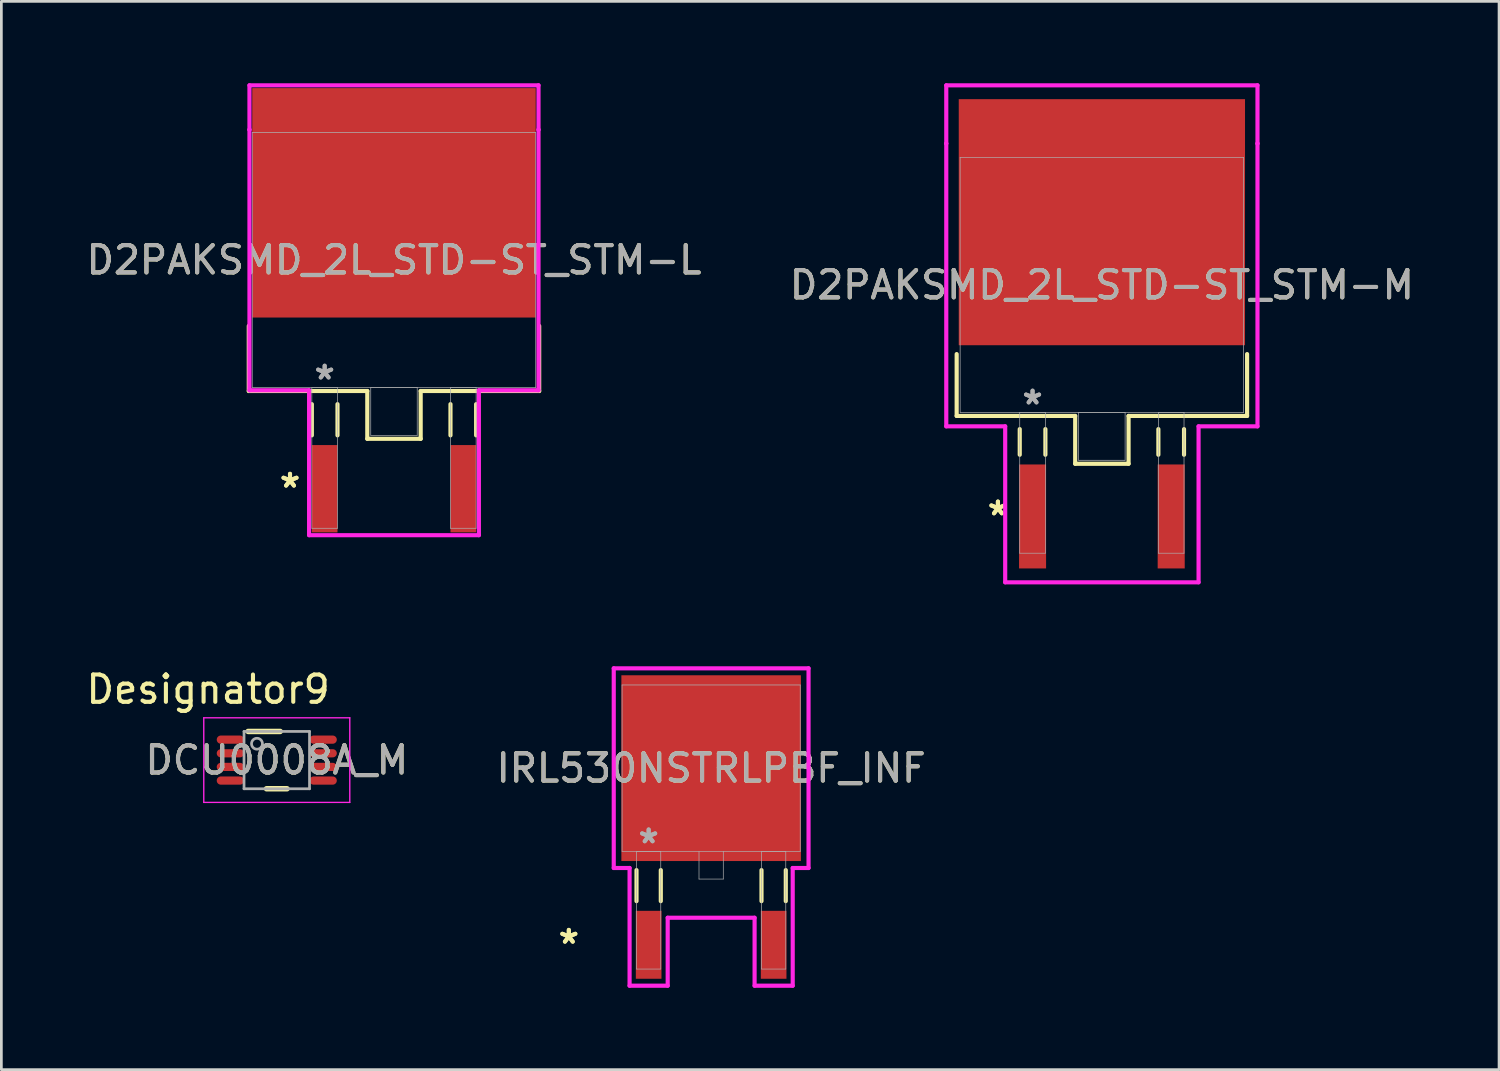
<source format=kicad_pcb>
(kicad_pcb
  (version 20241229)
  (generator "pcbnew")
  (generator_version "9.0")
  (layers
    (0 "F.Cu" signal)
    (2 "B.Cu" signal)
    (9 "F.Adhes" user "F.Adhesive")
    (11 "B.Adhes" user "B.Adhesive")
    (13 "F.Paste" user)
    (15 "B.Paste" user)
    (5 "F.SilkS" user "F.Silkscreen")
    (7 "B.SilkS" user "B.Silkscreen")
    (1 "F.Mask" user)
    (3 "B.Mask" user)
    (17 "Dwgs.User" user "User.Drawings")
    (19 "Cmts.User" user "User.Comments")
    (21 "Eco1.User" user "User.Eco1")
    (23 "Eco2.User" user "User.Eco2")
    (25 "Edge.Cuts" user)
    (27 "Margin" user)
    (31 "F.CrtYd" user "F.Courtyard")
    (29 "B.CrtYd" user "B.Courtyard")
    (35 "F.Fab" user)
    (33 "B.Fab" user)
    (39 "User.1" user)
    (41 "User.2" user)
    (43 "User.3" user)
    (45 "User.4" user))
  (footprint "DCU0008A_M"
    (layer "F.Cu")
    (at 7.092 24.803)
    (property "Reference" "DCU0008A_M" (at 0 0 0) (unlocked yes) (layer "F.SilkS") (effects (font (size 1 1) (thickness 0.15))))
    (attr smd)
    (fp_line (start -1.05 -1.05) (end 0.125 -1.05) (stroke (width 0.2) (type solid)) (layer "F.SilkS"))
    (fp_line (start -0.375 1.05) (end 0.375 1.05) (stroke (width 0.2) (type solid)) (layer "F.SilkS"))
    (fp_line (start -2.675 -1.55) (end 2.675 -1.55) (stroke (width 0.05) (type solid)) (layer "F.CrtYd"))
    (fp_line (start -2.675 1.55) (end -2.675 -1.55) (stroke (width 0.05) (type solid)) (layer "F.CrtYd"))
    (fp_line (start -2.675 1.55) (end 2.675 1.55) (stroke (width 0.05) (type solid)) (layer "F.CrtYd"))
    (fp_line (start 2.675 1.55) (end 2.675 -1.55) (stroke (width 0.05) (type solid)) (layer "F.CrtYd"))
    (fp_line (start -1.2 -1.05) (end 1.2 -1.05) (stroke (width 0.1) (type solid)) (layer "F.Fab"))
    (fp_line (start -1.2 1.05) (end -1.2 -1.05) (stroke (width 0.1) (type solid)) (layer "F.Fab"))
    (fp_line (start -1.2 1.05) (end 1.2 1.05) (stroke (width 0.1) (type solid)) (layer "F.Fab"))
    (fp_line (start 1.2 1.05) (end 1.2 -1.05) (stroke (width 0.1) (type solid)) (layer "F.Fab"))
    (fp_circle (center -0.725 -0.6) (end -0.525 -0.6) (stroke (width 0.1) (type solid)) (fill no) (layer "F.Fab"))
    (fp_text user "Designator9" (at -2.515 -2.591 0) (unlocked yes) (layer "F.SilkS") (effects (font (size 1 1) (thickness 0.15))))
    (fp_text user "${REFERENCE}" (at 0 0 0) (unlocked yes) (layer "F.Fab") (effects (font (size 1 1) (thickness 0.15))))
    (pad "1" smd oval (at -1.7 -0.75 90) (size 0.3 1) (layers "F.Cu" "F.Mask" "F.Paste"))
    (pad "2" smd oval (at -1.7 -0.25 90) (size 0.3 1) (layers "F.Cu" "F.Mask" "F.Paste"))
    (pad "3" smd oval (at -1.7 0.25 90) (size 0.3 1) (layers "F.Cu" "F.Mask" "F.Paste"))
    (pad "4" smd oval (at -1.7 0.75 90) (size 0.3 1) (layers "F.Cu" "F.Mask" "F.Paste"))
    (pad "5" smd oval (at 1.7 0.75 90) (size 0.3 1) (layers "F.Cu" "F.Mask" "F.Paste"))
    (pad "6" smd oval (at 1.7 0.25 90) (size 0.3 1) (layers "F.Cu" "F.Mask" "F.Paste"))
    (pad "7" smd oval (at 1.7 -0.25 90) (size 0.3 1) (layers "F.Cu" "F.Mask" "F.Paste"))
    (pad "8" smd oval (at 1.7 -0.75 90) (size 0.3 1) (layers "F.Cu" "F.Mask" "F.Paste")))
  (footprint "D2PAKSMD_2L_STD-ST_STM-L"
    (layer "F.Cu")
    (at 11.387 6.477)
    (property "Reference" "D2PAKSMD_2L_STD-ST_STM-L" (at 0 0 0) (unlocked yes) (layer "F.SilkS") (effects (font (size 1 1) (thickness 0.15))))
    (attr smd)
    (fp_line (start -5.321 2.416) (end -5.321 4.801) (stroke (width 0.152) (type solid)) (layer "F.SilkS"))
    (fp_line (start -5.321 4.801) (end -0.978 4.801) (stroke (width 0.152) (type solid)) (layer "F.SilkS"))
    (fp_line (start -3.01 5.283) (end -3.01 6.426) (stroke (width 0.152) (type solid)) (layer "F.SilkS"))
    (fp_line (start -2.07 5.283) (end -2.07 6.426) (stroke (width 0.152) (type solid)) (layer "F.SilkS"))
    (fp_line (start -0.978 4.801) (end -0.978 6.553) (stroke (width 0.152) (type solid)) (layer "F.SilkS"))
    (fp_line (start -0.978 6.553) (end 0.978 6.553) (stroke (width 0.152) (type solid)) (layer "F.SilkS"))
    (fp_line (start 0.978 4.801) (end 5.321 4.801) (stroke (width 0.152) (type solid)) (layer "F.SilkS"))
    (fp_line (start 0.978 6.553) (end 0.978 4.801) (stroke (width 0.152) (type solid)) (layer "F.SilkS"))
    (fp_line (start 2.07 5.283) (end 2.07 6.426) (stroke (width 0.152) (type solid)) (layer "F.SilkS"))
    (fp_line (start 3.01 5.283) (end 3.01 6.426) (stroke (width 0.152) (type solid)) (layer "F.SilkS"))
    (fp_line (start 5.321 4.801) (end 5.321 2.416) (stroke (width 0.152) (type solid)) (layer "F.SilkS"))
    (fp_line (start -5.296 -6.401) (end 5.296 -6.401) (stroke (width 0.152) (type solid)) (layer "F.CrtYd"))
    (fp_line (start -5.296 -4.775) (end -5.296 -6.401) (stroke (width 0.152) (type solid)) (layer "F.CrtYd"))
    (fp_line (start -5.296 -4.775) (end -5.296 -4.775) (stroke (width 0.152) (type solid)) (layer "F.CrtYd"))
    (fp_line (start -5.296 4.775) (end -5.296 -4.775) (stroke (width 0.152) (type solid)) (layer "F.CrtYd"))
    (fp_line (start -3.111 4.775) (end -5.296 4.775) (stroke (width 0.152) (type solid)) (layer "F.CrtYd"))
    (fp_line (start -3.111 10.084) (end -3.111 4.775) (stroke (width 0.152) (type solid)) (layer "F.CrtYd"))
    (fp_line (start 3.111 4.775) (end 3.111 10.084) (stroke (width 0.152) (type solid)) (layer "F.CrtYd"))
    (fp_line (start 3.111 10.084) (end -3.111 10.084) (stroke (width 0.152) (type solid)) (layer "F.CrtYd"))
    (fp_line (start 5.296 -6.401) (end 5.296 -4.775) (stroke (width 0.152) (type solid)) (layer "F.CrtYd"))
    (fp_line (start 5.296 -4.775) (end 5.296 -4.775) (stroke (width 0.152) (type solid)) (layer "F.CrtYd"))
    (fp_line (start 5.296 -4.775) (end 5.296 4.775) (stroke (width 0.152) (type solid)) (layer "F.CrtYd"))
    (fp_line (start 5.296 4.775) (end 3.111 4.775) (stroke (width 0.152) (type solid)) (layer "F.CrtYd"))
    (fp_line (start -5.194 -4.674) (end -5.194 4.674) (stroke (width 0.025) (type solid)) (layer "F.Fab"))
    (fp_line (start -5.194 4.674) (end 5.194 4.674) (stroke (width 0.025) (type solid)) (layer "F.Fab"))
    (fp_line (start -3.01 4.674) (end -3.01 9.83) (stroke (width 0.025) (type solid)) (layer "F.Fab"))
    (fp_line (start -3.01 9.83) (end -2.07 9.83) (stroke (width 0.025) (type solid)) (layer "F.Fab"))
    (fp_line (start -2.07 4.674) (end -3.01 4.674) (stroke (width 0.025) (type solid)) (layer "F.Fab"))
    (fp_line (start -2.07 9.83) (end -2.07 4.674) (stroke (width 0.025) (type solid)) (layer "F.Fab"))
    (fp_line (start -0.851 4.674) (end -0.851 6.426) (stroke (width 0.025) (type solid)) (layer "F.Fab"))
    (fp_line (start -0.851 6.426) (end 0.851 6.426) (stroke (width 0.025) (type solid)) (layer "F.Fab"))
    (fp_line (start 0.851 4.674) (end -0.851 4.674) (stroke (width 0.025) (type solid)) (layer "F.Fab"))
    (fp_line (start 0.851 6.426) (end 0.851 4.674) (stroke (width 0.025) (type solid)) (layer "F.Fab"))
    (fp_line (start 2.07 4.674) (end 2.07 9.83) (stroke (width 0.025) (type solid)) (layer "F.Fab"))
    (fp_line (start 2.07 9.83) (end 3.01 9.83) (stroke (width 0.025) (type solid)) (layer "F.Fab"))
    (fp_line (start 3.01 4.674) (end 2.07 4.674) (stroke (width 0.025) (type solid)) (layer "F.Fab"))
    (fp_line (start 3.01 9.83) (end 3.01 4.674) (stroke (width 0.025) (type solid)) (layer "F.Fab"))
    (fp_line (start 5.194 -4.674) (end -5.194 -4.674) (stroke (width 0.025) (type solid)) (layer "F.Fab"))
    (fp_line (start 5.194 4.674) (end 5.194 -4.674) (stroke (width 0.025) (type solid)) (layer "F.Fab"))
    (fp_text user "*" (at -3.81 8.382 0) (unlocked yes) (layer "F.SilkS") (effects (font (size 1 1) (thickness 0.15))))
    (fp_text user "*" (at -3.81 8.382 0) (layer "F.SilkS") (effects (font (size 1 1) (thickness 0.15))))
    (fp_text user "${REFERENCE}" (at 0 0 0) (unlocked yes) (layer "F.Fab") (effects (font (size 1 1) (thickness 0.15))))
    (fp_text user "*" (at -2.54 4.42 0) (unlocked yes) (layer "F.Fab") (effects (font (size 1 1) (thickness 0.15))))
    (fp_text user "*" (at -2.54 4.42 0) (layer "F.Fab") (effects (font (size 1 1) (thickness 0.15))))
    (pad "1" smd rect (at -2.54 8.382) (size 0.94 3.2) (layers "F.Cu" "F.Mask" "F.Paste"))
    (pad "2" smd rect (at 0 -2.095) (size 10.389 8.407) (layers "F.Cu" "F.Mask" "F.Paste"))
    (pad "3" smd rect (at 2.54 8.382) (size 0.94 3.2) (layers "F.Cu" "F.Mask" "F.Paste")))
  (footprint "D2PAKSMD_2L_STD-ST_STM-M"
    (layer "F.Cu")
    (at 37.327 7.391)
    (property "Reference" "D2PAKSMD_2L_STD-ST_STM-M" (at 0 0 0) (unlocked yes) (layer "F.SilkS") (effects (font (size 1 1) (thickness 0.15))))
    (attr smd)
    (fp_line (start -5.321 2.534) (end -5.321 4.801) (stroke (width 0.152) (type solid)) (layer "F.SilkS"))
    (fp_line (start -5.321 4.801) (end -0.978 4.801) (stroke (width 0.152) (type solid)) (layer "F.SilkS"))
    (fp_line (start -3.01 5.283) (end -3.01 6.223) (stroke (width 0.152) (type solid)) (layer "F.SilkS"))
    (fp_line (start -2.07 5.283) (end -2.07 6.223) (stroke (width 0.152) (type solid)) (layer "F.SilkS"))
    (fp_line (start -0.978 4.801) (end -0.978 6.553) (stroke (width 0.152) (type solid)) (layer "F.SilkS"))
    (fp_line (start -0.978 6.553) (end 0.978 6.553) (stroke (width 0.152) (type solid)) (layer "F.SilkS"))
    (fp_line (start 0.978 4.801) (end 5.321 4.801) (stroke (width 0.152) (type solid)) (layer "F.SilkS"))
    (fp_line (start 0.978 6.553) (end 0.978 4.801) (stroke (width 0.152) (type solid)) (layer "F.SilkS"))
    (fp_line (start 2.07 5.283) (end 2.07 6.223) (stroke (width 0.152) (type solid)) (layer "F.SilkS"))
    (fp_line (start 3.01 5.283) (end 3.01 6.223) (stroke (width 0.152) (type solid)) (layer "F.SilkS"))
    (fp_line (start 5.321 4.801) (end 5.321 2.534) (stroke (width 0.152) (type solid)) (layer "F.SilkS"))
    (fp_line (start -5.702 -7.315) (end 5.702 -7.315) (stroke (width 0.152) (type solid)) (layer "F.CrtYd"))
    (fp_line (start -5.702 -5.182) (end -5.702 -7.315) (stroke (width 0.152) (type solid)) (layer "F.CrtYd"))
    (fp_line (start -5.702 -5.182) (end -5.702 -5.182) (stroke (width 0.152) (type solid)) (layer "F.CrtYd"))
    (fp_line (start -5.702 5.182) (end -5.702 -5.182) (stroke (width 0.152) (type solid)) (layer "F.CrtYd"))
    (fp_line (start -3.543 5.182) (end -5.702 5.182) (stroke (width 0.152) (type solid)) (layer "F.CrtYd"))
    (fp_line (start -3.543 10.897) (end -3.543 5.182) (stroke (width 0.152) (type solid)) (layer "F.CrtYd"))
    (fp_line (start 3.543 5.182) (end 3.543 10.897) (stroke (width 0.152) (type solid)) (layer "F.CrtYd"))
    (fp_line (start 3.543 10.897) (end -3.543 10.897) (stroke (width 0.152) (type solid)) (layer "F.CrtYd"))
    (fp_line (start 5.702 -7.315) (end 5.702 -5.182) (stroke (width 0.152) (type solid)) (layer "F.CrtYd"))
    (fp_line (start 5.702 -5.182) (end 5.702 -5.182) (stroke (width 0.152) (type solid)) (layer "F.CrtYd"))
    (fp_line (start 5.702 -5.182) (end 5.702 5.182) (stroke (width 0.152) (type solid)) (layer "F.CrtYd"))
    (fp_line (start 5.702 5.182) (end 3.543 5.182) (stroke (width 0.152) (type solid)) (layer "F.CrtYd"))
    (fp_line (start -5.194 -4.674) (end -5.194 4.674) (stroke (width 0.025) (type solid)) (layer "F.Fab"))
    (fp_line (start -5.194 4.674) (end 5.194 4.674) (stroke (width 0.025) (type solid)) (layer "F.Fab"))
    (fp_line (start -3.01 4.674) (end -3.01 9.83) (stroke (width 0.025) (type solid)) (layer "F.Fab"))
    (fp_line (start -3.01 9.83) (end -2.07 9.83) (stroke (width 0.025) (type solid)) (layer "F.Fab"))
    (fp_line (start -2.07 4.674) (end -3.01 4.674) (stroke (width 0.025) (type solid)) (layer "F.Fab"))
    (fp_line (start -2.07 9.83) (end -2.07 4.674) (stroke (width 0.025) (type solid)) (layer "F.Fab"))
    (fp_line (start -0.851 4.674) (end -0.851 6.426) (stroke (width 0.025) (type solid)) (layer "F.Fab"))
    (fp_line (start -0.851 6.426) (end 0.851 6.426) (stroke (width 0.025) (type solid)) (layer "F.Fab"))
    (fp_line (start 0.851 4.674) (end -0.851 4.674) (stroke (width 0.025) (type solid)) (layer "F.Fab"))
    (fp_line (start 0.851 6.426) (end 0.851 4.674) (stroke (width 0.025) (type solid)) (layer "F.Fab"))
    (fp_line (start 2.07 4.674) (end 2.07 9.83) (stroke (width 0.025) (type solid)) (layer "F.Fab"))
    (fp_line (start 2.07 9.83) (end 3.01 9.83) (stroke (width 0.025) (type solid)) (layer "F.Fab"))
    (fp_line (start 3.01 4.674) (end 2.07 4.674) (stroke (width 0.025) (type solid)) (layer "F.Fab"))
    (fp_line (start 3.01 9.83) (end 3.01 4.674) (stroke (width 0.025) (type solid)) (layer "F.Fab"))
    (fp_line (start 5.194 -4.674) (end -5.194 -4.674) (stroke (width 0.025) (type solid)) (layer "F.Fab"))
    (fp_line (start 5.194 4.674) (end 5.194 -4.674) (stroke (width 0.025) (type solid)) (layer "F.Fab"))
    (fp_text user "*" (at -3.81 8.484 0) (layer "F.SilkS") (effects (font (size 1 1) (thickness 0.15))))
    (fp_text user "*" (at -3.81 8.484 0) (unlocked yes) (layer "F.SilkS") (effects (font (size 1 1) (thickness 0.15))))
    (fp_text user "${REFERENCE}" (at 0 0 0) (unlocked yes) (layer "F.Fab") (effects (font (size 1 1) (thickness 0.15))))
    (fp_text user "*" (at -2.54 4.42 0) (layer "F.Fab") (effects (font (size 1 1) (thickness 0.15))))
    (fp_text user "*" (at -2.54 4.42 0) (unlocked yes) (layer "F.Fab") (effects (font (size 1 1) (thickness 0.15))))
    (pad "1" smd rect (at -2.54 8.484) (size 0.991 3.81) (layers "F.Cu" "F.Mask" "F.Paste"))
    (pad "2" smd rect (at 0 -2.299) (size 10.49 9.017) (layers "F.Cu" "F.Mask" "F.Paste"))
    (pad "3" smd rect (at 2.54 8.484) (size 0.991 3.81) (layers "F.Cu" "F.Mask" "F.Paste")))
  (footprint "IRL530NSTRLPBF_INF"
    (layer "F.Cu")
    (at 23.009 25.098)
    (property "Reference" "IRL530NSTRLPBF_INF" (at 0 0 0) (unlocked yes) (layer "F.SilkS") (effects (font (size 1 1) (thickness 0.15))))
    (attr smd)
    (fp_line (start -2.735 3.736) (end -2.735 4.873) (stroke (width 0.152) (type solid)) (layer "F.SilkS"))
    (fp_line (start -1.845 3.736) (end -1.845 4.873) (stroke (width 0.152) (type solid)) (layer "F.SilkS"))
    (fp_line (start 1.845 3.736) (end 1.845 4.873) (stroke (width 0.152) (type solid)) (layer "F.SilkS"))
    (fp_line (start 2.735 3.736) (end 2.735 4.873) (stroke (width 0.152) (type solid)) (layer "F.SilkS"))
    (fp_line (start -3.569 -3.658) (end 3.569 -3.658) (stroke (width 0.152) (type solid)) (layer "F.CrtYd"))
    (fp_line (start -3.569 3.658) (end -3.569 -3.658) (stroke (width 0.152) (type solid)) (layer "F.CrtYd"))
    (fp_line (start -2.989 3.658) (end -3.569 3.658) (stroke (width 0.152) (type solid)) (layer "F.CrtYd"))
    (fp_line (start -2.989 7.972) (end -2.989 3.658) (stroke (width 0.152) (type solid)) (layer "F.CrtYd"))
    (fp_line (start -1.592 5.482) (end -1.592 7.972) (stroke (width 0.152) (type solid)) (layer "F.CrtYd"))
    (fp_line (start -1.592 7.972) (end -2.989 7.972) (stroke (width 0.152) (type solid)) (layer "F.CrtYd"))
    (fp_line (start 1.592 5.482) (end -1.592 5.482) (stroke (width 0.152) (type solid)) (layer "F.CrtYd"))
    (fp_line (start 1.592 7.972) (end 1.592 5.482) (stroke (width 0.152) (type solid)) (layer "F.CrtYd"))
    (fp_line (start 2.989 3.658) (end 2.989 7.972) (stroke (width 0.152) (type solid)) (layer "F.CrtYd"))
    (fp_line (start 2.989 7.972) (end 1.592 7.972) (stroke (width 0.152) (type solid)) (layer "F.CrtYd"))
    (fp_line (start 3.569 -3.658) (end 3.569 3.658) (stroke (width 0.152) (type solid)) (layer "F.CrtYd"))
    (fp_line (start 3.569 3.658) (end 2.989 3.658) (stroke (width 0.152) (type solid)) (layer "F.CrtYd"))
    (fp_line (start -3.264 -3.048) (end -3.264 3.048) (stroke (width 0.025) (type solid)) (layer "F.Fab"))
    (fp_line (start -3.264 3.048) (end 3.264 3.048) (stroke (width 0.025) (type solid)) (layer "F.Fab"))
    (fp_line (start -2.735 3.048) (end -2.735 7.362) (stroke (width 0.025) (type solid)) (layer "F.Fab"))
    (fp_line (start -2.735 7.362) (end -1.846 7.362) (stroke (width 0.025) (type solid)) (layer "F.Fab"))
    (fp_line (start -1.846 3.048) (end -2.735 3.048) (stroke (width 0.025) (type solid)) (layer "F.Fab"))
    (fp_line (start -1.846 7.362) (end -1.846 3.048) (stroke (width 0.025) (type solid)) (layer "F.Fab"))
    (fp_line (start -0.445 3.048) (end -0.445 4.064) (stroke (width 0.025) (type solid)) (layer "F.Fab"))
    (fp_line (start -0.445 4.064) (end 0.445 4.064) (stroke (width 0.025) (type solid)) (layer "F.Fab"))
    (fp_line (start 0.445 4.064) (end 0.445 3.048) (stroke (width 0.025) (type solid)) (layer "F.Fab"))
    (fp_line (start 1.846 3.048) (end 1.846 7.362) (stroke (width 0.025) (type solid)) (layer "F.Fab"))
    (fp_line (start 1.846 7.362) (end 2.735 7.362) (stroke (width 0.025) (type solid)) (layer "F.Fab"))
    (fp_line (start 2.735 3.048) (end 1.846 3.048) (stroke (width 0.025) (type solid)) (layer "F.Fab"))
    (fp_line (start 2.735 7.362) (end 2.735 3.048) (stroke (width 0.025) (type solid)) (layer "F.Fab"))
    (fp_line (start 3.264 -3.048) (end -3.264 -3.048) (stroke (width 0.025) (type solid)) (layer "F.Fab"))
    (fp_line (start 3.264 3.048) (end 3.264 -3.048) (stroke (width 0.025) (type solid)) (layer "F.Fab"))
    (fp_text user "*" (at -5.215 6.473 0) (unlocked yes) (layer "F.SilkS") (effects (font (size 1 1) (thickness 0.15))))
    (fp_text user "*" (at -5.215 6.473 0) (layer "F.SilkS") (effects (font (size 1 1) (thickness 0.15))))
    (fp_text user "*" (at -2.29 2.794 0) (unlocked yes) (layer "F.Fab") (effects (font (size 1 1) (thickness 0.15))))
    (fp_text user "*" (at -2.29 2.794 0) (layer "F.Fab") (effects (font (size 1 1) (thickness 0.15))))
    (fp_text user "${REFERENCE}" (at 0 0 0) (unlocked yes) (layer "F.Fab") (effects (font (size 1 1) (thickness 0.15))))
    (pad "1" smd rect (at -2.29 6.473) (size 0.94 2.489) (layers "F.Cu" "F.Mask" "F.Paste"))
    (pad "2" smd rect (at 0 0) (size 6.579 6.807) (layers "F.Cu" "F.Mask" "F.Paste"))
    (pad "3" smd rect (at 2.29 6.473) (size 0.94 2.489) (layers "F.Cu" "F.Mask" "F.Paste")))
  (gr_rect
    (start -3 -3)
    (end 51.881 36.146)
    (stroke (width 0.1) (type default))
    (fill no)
    (layer "Edge.Cuts")))
</source>
